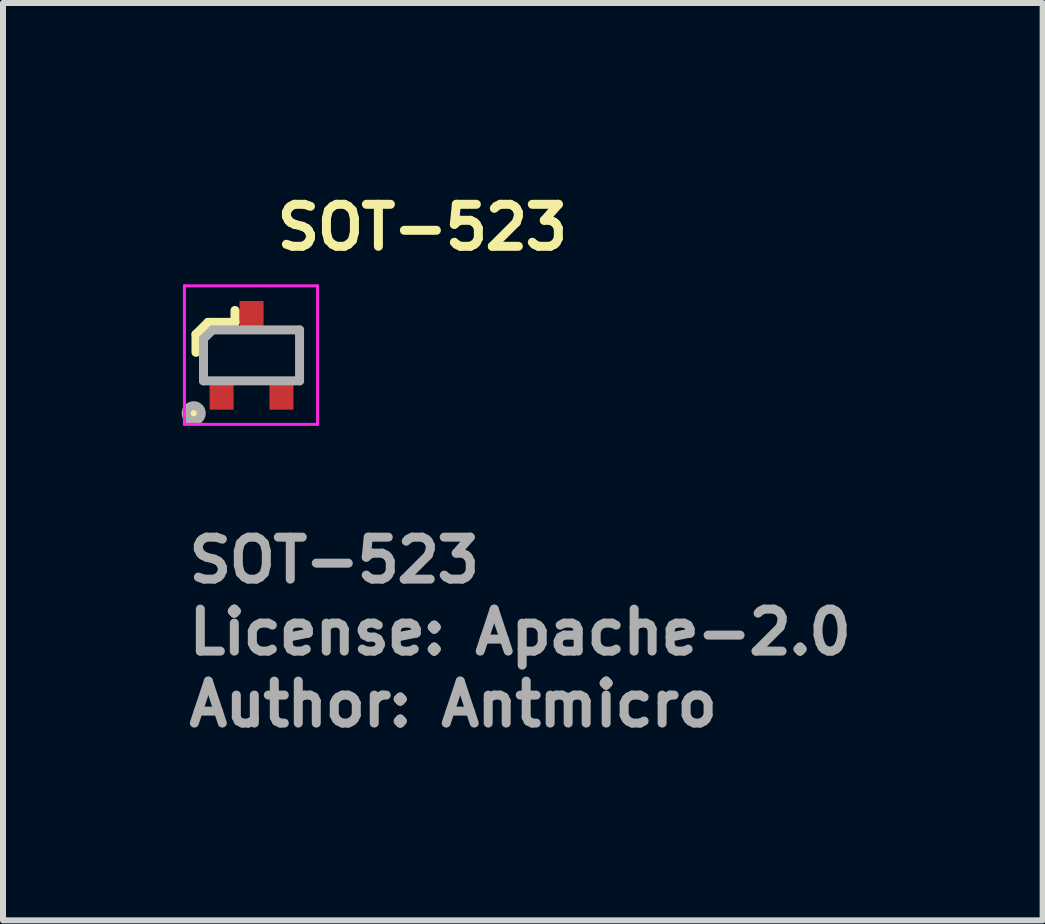
<source format=kicad_pcb>
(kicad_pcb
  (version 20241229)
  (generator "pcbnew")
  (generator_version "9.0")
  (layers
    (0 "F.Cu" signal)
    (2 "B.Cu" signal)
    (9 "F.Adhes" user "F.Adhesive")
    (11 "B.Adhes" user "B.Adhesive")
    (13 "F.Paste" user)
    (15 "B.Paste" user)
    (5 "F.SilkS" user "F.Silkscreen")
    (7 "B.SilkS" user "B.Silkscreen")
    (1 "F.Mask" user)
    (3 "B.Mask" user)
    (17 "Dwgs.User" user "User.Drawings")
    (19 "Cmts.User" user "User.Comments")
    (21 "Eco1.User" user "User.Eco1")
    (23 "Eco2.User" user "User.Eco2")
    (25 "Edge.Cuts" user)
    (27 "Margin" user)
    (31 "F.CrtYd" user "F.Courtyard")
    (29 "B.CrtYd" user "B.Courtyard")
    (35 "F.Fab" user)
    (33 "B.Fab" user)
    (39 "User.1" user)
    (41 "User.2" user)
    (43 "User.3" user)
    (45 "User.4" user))
  (footprint "SOT-523"
    (layer "F.Cu")
    (at 1.145 2.876)
    (property "Reference" "SOT-523" (at 0.349 -1.726 0) (layer "F.SilkS") (effects (font (size 0.7 0.7) (thickness 0.15)) (justify left bottom)))
    (attr smd)
    (fp_line (start -0.927 -0.351) (end -0.725 -0.551) (stroke (width 0.15) (type solid)) (layer "F.SilkS"))
    (fp_line (start -0.927 -0.051) (end -0.927 -0.351) (stroke (width 0.15) (type solid)) (layer "F.SilkS"))
    (fp_line (start -0.725 -0.551) (end -0.277 -0.551) (stroke (width 0.15) (type solid)) (layer "F.SilkS"))
    (fp_line (start -0.277 -0.551) (end -0.277 -0.75) (stroke (width 0.15) (type solid)) (layer "F.SilkS"))
    (fp_circle (center -0.965 0.965) (end -0.915 0.965) (stroke (width 0.15) (type solid)) (fill yes) (layer "F.SilkS"))
    (fp_line (start -1.12 -1.16) (end -1.12 1.15) (stroke (width 0.05) (type solid)) (layer "F.CrtYd"))
    (fp_line (start -1.12 -1.16) (end 1.1 -1.16) (stroke (width 0.05) (type solid)) (layer "F.CrtYd"))
    (fp_line (start -1.12 1.15) (end 1.1 1.15) (stroke (width 0.05) (type solid)) (layer "F.CrtYd"))
    (fp_line (start 1.1 -1.16) (end 1.1 1.15) (stroke (width 0.05) (type solid)) (layer "F.CrtYd"))
    (fp_line (start -0.802 -0.276) (end -0.802 0.424) (stroke (width 0.15) (type solid)) (layer "F.Fab"))
    (fp_line (start -0.652 -0.425) (end -0.802 -0.276) (stroke (width 0.15) (type solid)) (layer "F.Fab"))
    (fp_line (start 0.8 -0.425) (end -0.652 -0.425) (stroke (width 0.15) (type solid)) (layer "F.Fab"))
    (fp_line (start 0.8 -0.425) (end 0.8 0.424) (stroke (width 0.15) (type solid)) (layer "F.Fab"))
    (fp_line (start 0.8 0.424) (end -0.802 0.424) (stroke (width 0.15) (type solid)) (layer "F.Fab"))
    (fp_circle (center -0.965 0.965) (end -0.914 0.965) (stroke (width 0.15) (type solid)) (fill no) (layer "F.Fab"))
    (fp_rect (start -0.802 -0.802) (end 0.8 0.8) (stroke (width 0.1) (type solid)) (fill no) (layer "User.5"))
    (fp_line (start -0.802 -0.402) (end -0.789 -0.402) (stroke (width 0.02) (type solid)) (layer "User.9"))
    (fp_line (start -0.802 0.4) (end -0.802 -0.402) (stroke (width 0.02) (type solid)) (layer "User.9"))
    (fp_line (start -0.789 -0.402) (end -0.763 -0.375) (stroke (width 0.02) (type solid)) (layer "User.9"))
    (fp_line (start -0.789 -0.402) (end -0.145 -0.402) (stroke (width 0.02) (type solid)) (layer "User.9"))
    (fp_line (start -0.789 0.4) (end -0.802 0.4) (stroke (width 0.02) (type solid)) (layer "User.9"))
    (fp_line (start -0.789 0.4) (end -0.6 0.4) (stroke (width 0.02) (type solid)) (layer "User.9"))
    (fp_line (start -0.763 -0.375) (end 0.761 -0.375) (stroke (width 0.02) (type solid)) (layer "User.9"))
    (fp_line (start -0.763 0.373) (end -0.789 0.4) (stroke (width 0.02) (type solid)) (layer "User.9"))
    (fp_line (start -0.763 0.373) (end -0.763 -0.375) (stroke (width 0.02) (type solid)) (layer "User.9"))
    (fp_line (start -0.763 0.373) (end 0.761 0.373) (stroke (width 0.02) (type solid)) (layer "User.9"))
    (fp_line (start -0.6 0.4) (end -0.6 0.524) (stroke (width 0.02) (type solid)) (layer "User.9"))
    (fp_line (start -0.6 0.4) (end -0.402 0.4) (stroke (width 0.02) (type solid)) (layer "User.9"))
    (fp_line (start -0.6 0.524) (end -0.6 0.539) (stroke (width 0.02) (type solid)) (layer "User.9"))
    (fp_line (start -0.6 0.539) (end -0.6 0.563) (stroke (width 0.02) (type solid)) (layer "User.9"))
    (fp_line (start -0.6 0.563) (end -0.6 0.8) (stroke (width 0.02) (type solid)) (layer "User.9"))
    (fp_line (start -0.6 0.8) (end -0.402 0.8) (stroke (width 0.02) (type solid)) (layer "User.9"))
    (fp_line (start -0.402 0.4) (end 0.4 0.4) (stroke (width 0.02) (type solid)) (layer "User.9"))
    (fp_line (start -0.402 0.524) (end -0.402 0.4) (stroke (width 0.02) (type solid)) (layer "User.9"))
    (fp_line (start -0.402 0.539) (end -0.402 0.524) (stroke (width 0.02) (type solid)) (layer "User.9"))
    (fp_line (start -0.402 0.563) (end -0.402 0.539) (stroke (width 0.02) (type solid)) (layer "User.9"))
    (fp_line (start -0.402 0.8) (end -0.402 0.563) (stroke (width 0.02) (type solid)) (layer "User.9"))
    (fp_line (start -0.145 -0.802) (end -0.145 -0.565) (stroke (width 0.02) (type solid)) (layer "User.9"))
    (fp_line (start -0.145 -0.802) (end 0.143 -0.802) (stroke (width 0.02) (type solid)) (layer "User.9"))
    (fp_line (start -0.145 -0.565) (end -0.145 -0.541) (stroke (width 0.02) (type solid)) (layer "User.9"))
    (fp_line (start -0.145 -0.541) (end -0.145 -0.526) (stroke (width 0.02) (type solid)) (layer "User.9"))
    (fp_line (start -0.145 -0.526) (end -0.145 -0.402) (stroke (width 0.02) (type solid)) (layer "User.9"))
    (fp_line (start -0.145 -0.402) (end 0.143 -0.402) (stroke (width 0.02) (type solid)) (layer "User.9"))
    (fp_line (start 0.143 -0.565) (end 0.143 -0.802) (stroke (width 0.02) (type solid)) (layer "User.9"))
    (fp_line (start 0.143 -0.541) (end 0.143 -0.565) (stroke (width 0.02) (type solid)) (layer "User.9"))
    (fp_line (start 0.143 -0.526) (end 0.143 -0.541) (stroke (width 0.02) (type solid)) (layer "User.9"))
    (fp_line (start 0.143 -0.402) (end 0.143 -0.526) (stroke (width 0.02) (type solid)) (layer "User.9"))
    (fp_line (start 0.4 0.4) (end 0.4 0.524) (stroke (width 0.02) (type solid)) (layer "User.9"))
    (fp_line (start 0.4 0.4) (end 0.598 0.4) (stroke (width 0.02) (type solid)) (layer "User.9"))
    (fp_line (start 0.4 0.524) (end 0.4 0.539) (stroke (width 0.02) (type solid)) (layer "User.9"))
    (fp_line (start 0.4 0.539) (end 0.4 0.563) (stroke (width 0.02) (type solid)) (layer "User.9"))
    (fp_line (start 0.4 0.563) (end 0.4 0.8) (stroke (width 0.02) (type solid)) (layer "User.9"))
    (fp_line (start 0.4 0.8) (end 0.598 0.8) (stroke (width 0.02) (type solid)) (layer "User.9"))
    (fp_line (start 0.598 0.4) (end 0.787 0.4) (stroke (width 0.02) (type solid)) (layer "User.9"))
    (fp_line (start 0.598 0.524) (end 0.598 0.4) (stroke (width 0.02) (type solid)) (layer "User.9"))
    (fp_line (start 0.598 0.539) (end 0.598 0.524) (stroke (width 0.02) (type solid)) (layer "User.9"))
    (fp_line (start 0.598 0.563) (end 0.598 0.539) (stroke (width 0.02) (type solid)) (layer "User.9"))
    (fp_line (start 0.598 0.8) (end 0.598 0.563) (stroke (width 0.02) (type solid)) (layer "User.9"))
    (fp_line (start 0.761 0.373) (end 0.761 -0.375) (stroke (width 0.02) (type solid)) (layer "User.9"))
    (fp_line (start 0.761 0.373) (end 0.787 0.4) (stroke (width 0.02) (type solid)) (layer "User.9"))
    (fp_line (start 0.787 -0.402) (end 0.143 -0.402) (stroke (width 0.02) (type solid)) (layer "User.9"))
    (fp_line (start 0.787 -0.402) (end 0.761 -0.375) (stroke (width 0.02) (type solid)) (layer "User.9"))
    (fp_line (start 0.787 0.4) (end 0.8 0.4) (stroke (width 0.02) (type solid)) (layer "User.9"))
    (fp_line (start 0.8 -0.402) (end 0.787 -0.402) (stroke (width 0.02) (type solid)) (layer "User.9"))
    (fp_line (start 0.8 0.4) (end 0.8 -0.402) (stroke (width 0.02) (type solid)) (layer "User.9"))
    (fp_text user "License: Apache-2.0" (at -1.12 5.024 0) (layer "F.Fab") (effects (font (size 0.7 0.7) (thickness 0.15)) (justify left bottom)))
    (fp_text user "${REFERENCE}" (at -1.12 3.824 0) (layer "F.Fab") (effects (font (size 0.7 0.7) (thickness 0.15)) (justify left bottom)))
    (fp_text user "Author: Antmicro" (at -1.12 6.224 0) (layer "F.Fab") (effects (font (size 0.7 0.7) (thickness 0.15)) (justify left bottom)))
    (pad "1" smd rect (at -0.5 0.65) (size 0.4 0.51) (layers "F.Cu" "F.Mask" "F.Paste"))
    (pad "2" smd rect (at 0.498 0.65) (size 0.4 0.51) (layers "F.Cu" "F.Mask" "F.Paste"))
    (pad "3" smd rect (at 0 -0.652) (size 0.4 0.51) (layers "F.Cu" "F.Mask" "F.Paste")))
  (gr_rect
    (start -3 -3)
    (end 14.335 12.296)
    (stroke (width 0.1) (type default))
    (fill no)
    (layer "Edge.Cuts")))
</source>
